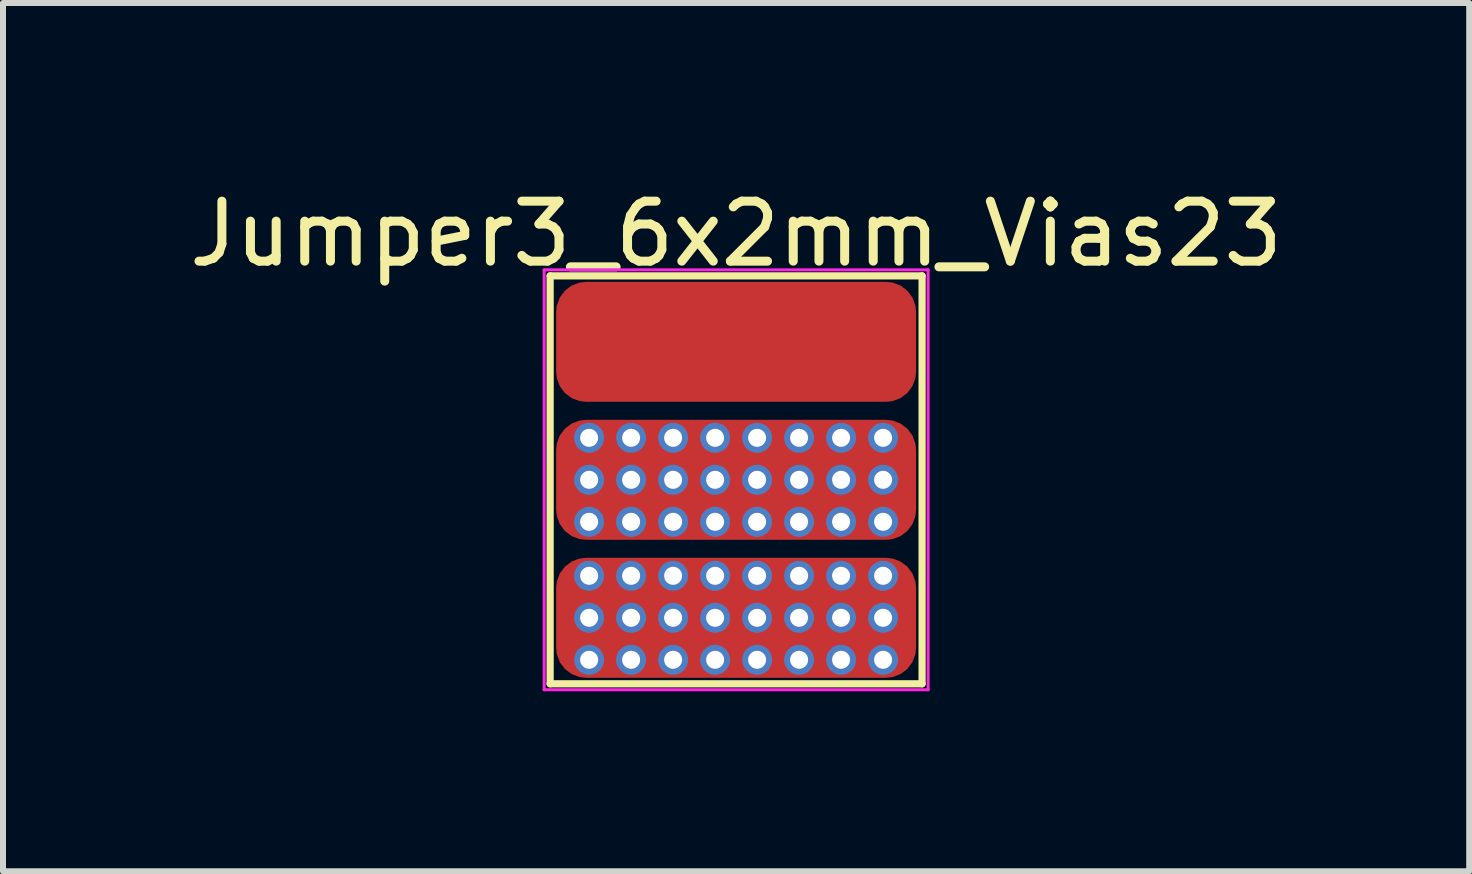
<source format=kicad_pcb>
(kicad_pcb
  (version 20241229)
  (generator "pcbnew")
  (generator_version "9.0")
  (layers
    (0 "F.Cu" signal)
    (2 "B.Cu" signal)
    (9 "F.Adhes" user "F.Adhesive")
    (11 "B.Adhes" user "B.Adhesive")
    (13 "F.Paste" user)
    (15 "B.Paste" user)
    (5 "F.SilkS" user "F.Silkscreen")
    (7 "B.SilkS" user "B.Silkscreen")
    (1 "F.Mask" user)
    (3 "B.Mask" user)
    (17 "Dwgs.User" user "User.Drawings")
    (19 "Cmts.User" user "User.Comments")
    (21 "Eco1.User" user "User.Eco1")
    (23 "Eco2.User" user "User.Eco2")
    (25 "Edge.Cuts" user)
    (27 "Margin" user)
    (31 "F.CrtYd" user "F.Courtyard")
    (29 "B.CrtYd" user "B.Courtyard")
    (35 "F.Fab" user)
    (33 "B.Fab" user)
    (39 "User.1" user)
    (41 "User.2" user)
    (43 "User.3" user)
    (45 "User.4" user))
  (footprint "Jumper3_6x2mm_Vias23"
    (layer "F.Cu")
    (at 9.22 4.948)
    (property "Reference" "Jumper3_6x2mm_Vias23" (at 0 -4.1 0) (layer "F.SilkS") (effects (font (size 1 1) (thickness 0.15))))
    (attr through_hole)
    (fp_line (start -3.1 -3.4) (end 3.1 -3.4) (stroke (width 0.12) (type solid)) (layer "F.SilkS"))
    (fp_line (start -3.1 3.4) (end -3.1 -3.4) (stroke (width 0.12) (type solid)) (layer "F.SilkS"))
    (fp_line (start 3.1 -3.4) (end 3.1 3.4) (stroke (width 0.12) (type solid)) (layer "F.SilkS"))
    (fp_line (start 3.1 3.4) (end -3.1 3.4) (stroke (width 0.12) (type solid)) (layer "F.SilkS"))
    (fp_line (start -3.2 -3.5) (end 3.2 -3.5) (stroke (width 0.05) (type solid)) (layer "F.CrtYd"))
    (fp_line (start -3.2 3.5) (end -3.2 -3.5) (stroke (width 0.05) (type solid)) (layer "F.CrtYd"))
    (fp_line (start 3.2 -3.5) (end 3.2 3.5) (stroke (width 0.05) (type solid)) (layer "F.CrtYd"))
    (fp_line (start 3.2 3.5) (end -3.2 3.5) (stroke (width 0.05) (type solid)) (layer "F.CrtYd"))
    (pad "1" smd roundrect (at 0 -2.3) (size 6 2) (layers "F.Cu" "F.Mask") (roundrect_rratio 0.25))
    (pad "2" thru_hole circle (at -2.45 -0.7) (size 0.5 0.5) (drill 0.3) (layers "*.Cu" "*.Mask"))
    (pad "2" thru_hole circle (at -2.45 0) (size 0.5 0.5) (drill 0.3) (layers "*.Cu" "*.Mask"))
    (pad "2" thru_hole circle (at -2.45 0.7) (size 0.5 0.5) (drill 0.3) (layers "*.Cu" "*.Mask"))
    (pad "2" thru_hole circle (at -1.75 -0.7) (size 0.5 0.5) (drill 0.3) (layers "*.Cu" "*.Mask"))
    (pad "2" thru_hole circle (at -1.75 0) (size 0.5 0.5) (drill 0.3) (layers "*.Cu" "*.Mask"))
    (pad "2" thru_hole circle (at -1.75 0.7) (size 0.5 0.5) (drill 0.3) (layers "*.Cu" "*.Mask"))
    (pad "2" thru_hole circle (at -1.05 -0.7) (size 0.5 0.5) (drill 0.3) (layers "*.Cu" "*.Mask"))
    (pad "2" thru_hole circle (at -1.05 0) (size 0.5 0.5) (drill 0.3) (layers "*.Cu" "*.Mask"))
    (pad "2" thru_hole circle (at -1.05 0.7) (size 0.5 0.5) (drill 0.3) (layers "*.Cu" "*.Mask"))
    (pad "2" thru_hole circle (at -0.35 -0.7) (size 0.5 0.5) (drill 0.3) (layers "*.Cu" "*.Mask"))
    (pad "2" thru_hole circle (at -0.35 0) (size 0.5 0.5) (drill 0.3) (layers "*.Cu" "*.Mask"))
    (pad "2" thru_hole circle (at -0.35 0.7) (size 0.5 0.5) (drill 0.3) (layers "*.Cu" "*.Mask"))
    (pad "2" smd roundrect (at 0 0) (size 6 2) (layers "F.Cu" "F.Mask") (roundrect_rratio 0.25))
    (pad "2" thru_hole circle (at 0.35 -0.7) (size 0.5 0.5) (drill 0.3) (layers "*.Cu" "*.Mask"))
    (pad "2" thru_hole circle (at 0.35 0) (size 0.5 0.5) (drill 0.3) (layers "*.Cu" "*.Mask"))
    (pad "2" thru_hole circle (at 0.35 0.7) (size 0.5 0.5) (drill 0.3) (layers "*.Cu" "*.Mask"))
    (pad "2" thru_hole circle (at 1.05 -0.7) (size 0.5 0.5) (drill 0.3) (layers "*.Cu" "*.Mask"))
    (pad "2" thru_hole circle (at 1.05 0) (size 0.5 0.5) (drill 0.3) (layers "*.Cu" "*.Mask"))
    (pad "2" thru_hole circle (at 1.05 0.7) (size 0.5 0.5) (drill 0.3) (layers "*.Cu" "*.Mask"))
    (pad "2" thru_hole circle (at 1.75 -0.7) (size 0.5 0.5) (drill 0.3) (layers "*.Cu" "*.Mask"))
    (pad "2" thru_hole circle (at 1.75 0) (size 0.5 0.5) (drill 0.3) (layers "*.Cu" "*.Mask"))
    (pad "2" thru_hole circle (at 1.75 0.7) (size 0.5 0.5) (drill 0.3) (layers "*.Cu" "*.Mask"))
    (pad "2" thru_hole circle (at 2.45 -0.7) (size 0.5 0.5) (drill 0.3) (layers "*.Cu" "*.Mask"))
    (pad "2" thru_hole circle (at 2.45 0) (size 0.5 0.5) (drill 0.3) (layers "*.Cu" "*.Mask"))
    (pad "2" thru_hole circle (at 2.45 0.7) (size 0.5 0.5) (drill 0.3) (layers "*.Cu" "*.Mask"))
    (pad "3" thru_hole circle (at -2.45 1.6) (size 0.5 0.5) (drill 0.3) (layers "*.Cu" "*.Mask"))
    (pad "3" thru_hole circle (at -2.45 2.3) (size 0.5 0.5) (drill 0.3) (layers "*.Cu" "*.Mask"))
    (pad "3" thru_hole circle (at -2.45 3) (size 0.5 0.5) (drill 0.3) (layers "*.Cu" "*.Mask"))
    (pad "3" thru_hole circle (at -1.75 1.6) (size 0.5 0.5) (drill 0.3) (layers "*.Cu" "*.Mask"))
    (pad "3" thru_hole circle (at -1.75 2.3) (size 0.5 0.5) (drill 0.3) (layers "*.Cu" "*.Mask"))
    (pad "3" thru_hole circle (at -1.75 3) (size 0.5 0.5) (drill 0.3) (layers "*.Cu" "*.Mask"))
    (pad "3" thru_hole circle (at -1.05 1.6) (size 0.5 0.5) (drill 0.3) (layers "*.Cu" "*.Mask"))
    (pad "3" thru_hole circle (at -1.05 2.3) (size 0.5 0.5) (drill 0.3) (layers "*.Cu" "*.Mask"))
    (pad "3" thru_hole circle (at -1.05 3) (size 0.5 0.5) (drill 0.3) (layers "*.Cu" "*.Mask"))
    (pad "3" thru_hole circle (at -0.35 1.6) (size 0.5 0.5) (drill 0.3) (layers "*.Cu" "*.Mask"))
    (pad "3" thru_hole circle (at -0.35 2.3) (size 0.5 0.5) (drill 0.3) (layers "*.Cu" "*.Mask"))
    (pad "3" thru_hole circle (at -0.35 3) (size 0.5 0.5) (drill 0.3) (layers "*.Cu" "*.Mask"))
    (pad "3" smd roundrect (at 0 2.3) (size 6 2) (layers "F.Cu" "F.Mask") (roundrect_rratio 0.25))
    (pad "3" thru_hole circle (at 0.35 1.6) (size 0.5 0.5) (drill 0.3) (layers "*.Cu" "*.Mask"))
    (pad "3" thru_hole circle (at 0.35 2.3) (size 0.5 0.5) (drill 0.3) (layers "*.Cu" "*.Mask"))
    (pad "3" thru_hole circle (at 0.35 3) (size 0.5 0.5) (drill 0.3) (layers "*.Cu" "*.Mask"))
    (pad "3" thru_hole circle (at 1.05 1.6) (size 0.5 0.5) (drill 0.3) (layers "*.Cu" "*.Mask"))
    (pad "3" thru_hole circle (at 1.05 2.3) (size 0.5 0.5) (drill 0.3) (layers "*.Cu" "*.Mask"))
    (pad "3" thru_hole circle (at 1.05 3) (size 0.5 0.5) (drill 0.3) (layers "*.Cu" "*.Mask"))
    (pad "3" thru_hole circle (at 1.75 1.6) (size 0.5 0.5) (drill 0.3) (layers "*.Cu" "*.Mask"))
    (pad "3" thru_hole circle (at 1.75 2.3) (size 0.5 0.5) (drill 0.3) (layers "*.Cu" "*.Mask"))
    (pad "3" thru_hole circle (at 1.75 3) (size 0.5 0.5) (drill 0.3) (layers "*.Cu" "*.Mask"))
    (pad "3" thru_hole circle (at 2.45 1.6) (size 0.5 0.5) (drill 0.3) (layers "*.Cu" "*.Mask"))
    (pad "3" thru_hole circle (at 2.45 2.3) (size 0.5 0.5) (drill 0.3) (layers "*.Cu" "*.Mask"))
    (pad "3" thru_hole circle (at 2.45 3) (size 0.5 0.5) (drill 0.3) (layers "*.Cu" "*.Mask")))
  (gr_rect
    (start -3 -3)
    (end 21.44 11.473)
    (stroke (width 0.1) (type default))
    (fill no)
    (layer "Edge.Cuts")))
</source>
